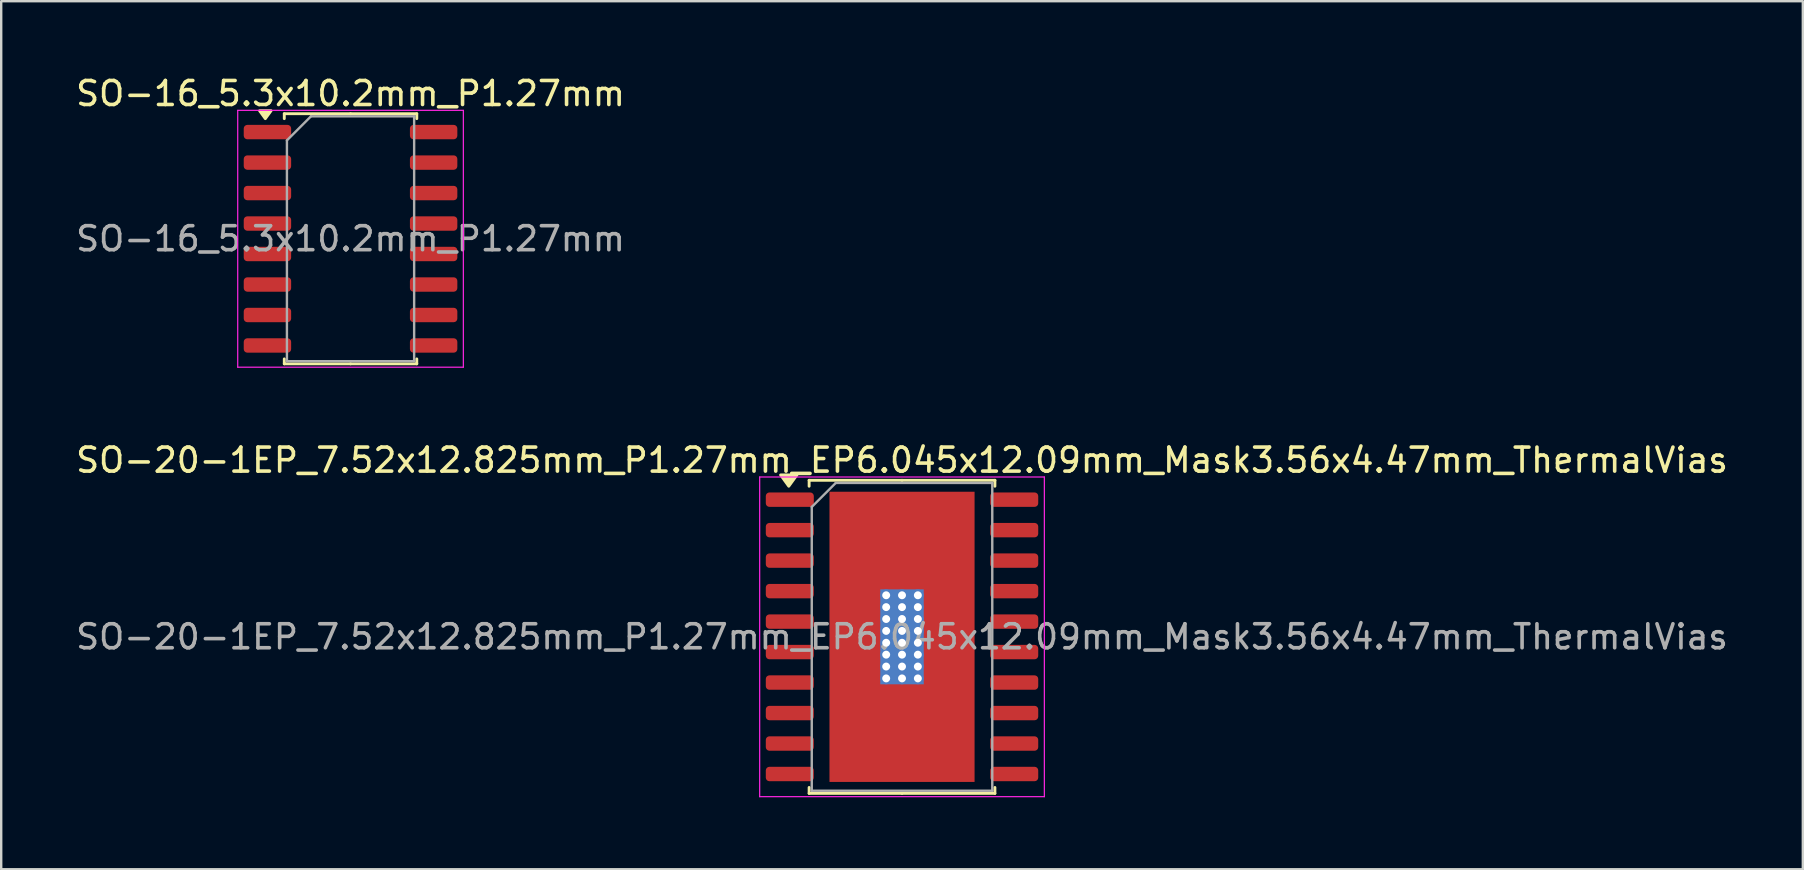
<source format=kicad_pcb>
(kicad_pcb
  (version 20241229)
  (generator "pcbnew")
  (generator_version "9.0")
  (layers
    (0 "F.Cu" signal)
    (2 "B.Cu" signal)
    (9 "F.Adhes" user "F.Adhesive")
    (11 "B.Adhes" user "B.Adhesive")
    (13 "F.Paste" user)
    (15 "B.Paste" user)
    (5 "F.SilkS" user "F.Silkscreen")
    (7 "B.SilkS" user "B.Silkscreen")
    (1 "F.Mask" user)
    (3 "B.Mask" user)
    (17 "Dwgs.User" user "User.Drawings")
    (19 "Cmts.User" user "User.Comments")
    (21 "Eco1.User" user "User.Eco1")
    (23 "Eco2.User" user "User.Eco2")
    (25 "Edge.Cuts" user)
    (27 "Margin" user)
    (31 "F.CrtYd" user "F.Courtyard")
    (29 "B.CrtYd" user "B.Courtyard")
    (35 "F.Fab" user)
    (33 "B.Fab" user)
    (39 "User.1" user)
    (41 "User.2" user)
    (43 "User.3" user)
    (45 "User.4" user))
  (footprint "SO-16_5.3x10.2mm_P1.27mm"
    (layer "F.Cu")
    (at 11.554 6.898)
    (property "Reference" "SO-16_5.3x10.2mm_P1.27mm" (at 0 -6.05 0) (layer "F.SilkS") (effects (font (size 1 1) (thickness 0.15))))
    (attr smd)
    (fp_line (start -2.76 -5.21) (end -2.76 -5.005) (stroke (width 0.12) (type solid)) (layer "F.SilkS"))
    (fp_line (start -2.76 5.21) (end -2.76 5.005) (stroke (width 0.12) (type solid)) (layer "F.SilkS"))
    (fp_line (start 0 -5.21) (end -2.76 -5.21) (stroke (width 0.12) (type solid)) (layer "F.SilkS"))
    (fp_line (start 0 -5.21) (end 2.76 -5.21) (stroke (width 0.12) (type solid)) (layer "F.SilkS"))
    (fp_line (start 0 5.21) (end -2.76 5.21) (stroke (width 0.12) (type solid)) (layer "F.SilkS"))
    (fp_line (start 0 5.21) (end 2.76 5.21) (stroke (width 0.12) (type solid)) (layer "F.SilkS"))
    (fp_line (start 2.76 -5.21) (end 2.76 -5.005) (stroke (width 0.12) (type solid)) (layer "F.SilkS"))
    (fp_line (start 2.76 5.21) (end 2.76 5.005) (stroke (width 0.12) (type solid)) (layer "F.SilkS"))
    (fp_poly (pts (xy -3.55 -5.005) (xy -3.79 -5.335) (xy -3.31 -5.335) (xy -3.55 -5.005)) (stroke (width 0.12) (type solid)) (fill yes) (layer "F.SilkS"))
    (fp_line (start -4.7 -5.35) (end -4.7 5.35) (stroke (width 0.05) (type solid)) (layer "F.CrtYd"))
    (fp_line (start -4.7 5.35) (end 4.7 5.35) (stroke (width 0.05) (type solid)) (layer "F.CrtYd"))
    (fp_line (start 4.7 -5.35) (end -4.7 -5.35) (stroke (width 0.05) (type solid)) (layer "F.CrtYd"))
    (fp_line (start 4.7 5.35) (end 4.7 -5.35) (stroke (width 0.05) (type solid)) (layer "F.CrtYd"))
    (fp_line (start -2.65 -4.1) (end -1.65 -5.1) (stroke (width 0.1) (type solid)) (layer "F.Fab"))
    (fp_line (start -2.65 5.1) (end -2.65 -4.1) (stroke (width 0.1) (type solid)) (layer "F.Fab"))
    (fp_line (start -1.65 -5.1) (end 2.65 -5.1) (stroke (width 0.1) (type solid)) (layer "F.Fab"))
    (fp_line (start 2.65 -5.1) (end 2.65 5.1) (stroke (width 0.1) (type solid)) (layer "F.Fab"))
    (fp_line (start 2.65 5.1) (end -2.65 5.1) (stroke (width 0.1) (type solid)) (layer "F.Fab"))
    (fp_text user "${REFERENCE}" (at 0 0 0) (layer "F.Fab") (effects (font (size 1 1) (thickness 0.15))))
    (pad "1" smd roundrect (at -3.462 -4.445) (size 1.975 0.6) (layers "F.Cu" "F.Mask" "F.Paste") (roundrect_rratio 0.25))
    (pad "2" smd roundrect (at -3.462 -3.175) (size 1.975 0.6) (layers "F.Cu" "F.Mask" "F.Paste") (roundrect_rratio 0.25))
    (pad "3" smd roundrect (at -3.462 -1.905) (size 1.975 0.6) (layers "F.Cu" "F.Mask" "F.Paste") (roundrect_rratio 0.25))
    (pad "4" smd roundrect (at -3.462 -0.635) (size 1.975 0.6) (layers "F.Cu" "F.Mask" "F.Paste") (roundrect_rratio 0.25))
    (pad "5" smd roundrect (at -3.462 0.635) (size 1.975 0.6) (layers "F.Cu" "F.Mask" "F.Paste") (roundrect_rratio 0.25))
    (pad "6" smd roundrect (at -3.462 1.905) (size 1.975 0.6) (layers "F.Cu" "F.Mask" "F.Paste") (roundrect_rratio 0.25))
    (pad "7" smd roundrect (at -3.462 3.175) (size 1.975 0.6) (layers "F.Cu" "F.Mask" "F.Paste") (roundrect_rratio 0.25))
    (pad "8" smd roundrect (at -3.462 4.445) (size 1.975 0.6) (layers "F.Cu" "F.Mask" "F.Paste") (roundrect_rratio 0.25))
    (pad "9" smd roundrect (at 3.462 4.445) (size 1.975 0.6) (layers "F.Cu" "F.Mask" "F.Paste") (roundrect_rratio 0.25))
    (pad "10" smd roundrect (at 3.462 3.175) (size 1.975 0.6) (layers "F.Cu" "F.Mask" "F.Paste") (roundrect_rratio 0.25))
    (pad "11" smd roundrect (at 3.462 1.905) (size 1.975 0.6) (layers "F.Cu" "F.Mask" "F.Paste") (roundrect_rratio 0.25))
    (pad "12" smd roundrect (at 3.462 0.635) (size 1.975 0.6) (layers "F.Cu" "F.Mask" "F.Paste") (roundrect_rratio 0.25))
    (pad "13" smd roundrect (at 3.462 -0.635) (size 1.975 0.6) (layers "F.Cu" "F.Mask" "F.Paste") (roundrect_rratio 0.25))
    (pad "14" smd roundrect (at 3.462 -1.905) (size 1.975 0.6) (layers "F.Cu" "F.Mask" "F.Paste") (roundrect_rratio 0.25))
    (pad "15" smd roundrect (at 3.462 -3.175) (size 1.975 0.6) (layers "F.Cu" "F.Mask" "F.Paste") (roundrect_rratio 0.25))
    (pad "16" smd roundrect (at 3.462 -4.445) (size 1.975 0.6) (layers "F.Cu" "F.Mask" "F.Paste") (roundrect_rratio 0.25)))
  (footprint "SO-20-1EP_7.52x12.825mm_P1.27mm_EP6.045x12.09mm_Mask3.56x4.47mm_ThermalVias"
    (layer "F.Cu")
    (at 34.53 23.482)
    (property "Reference" "SO-20-1EP_7.52x12.825mm_P1.27mm_EP6.045x12.09mm_Mask3.56x4.47mm_ThermalVias" (at 0 -7.36 0) (layer "F.SilkS") (effects (font (size 1 1) (thickness 0.15))))
    (attr smd)
    (fp_line (start -3.87 -6.522) (end -3.87 -6.275) (stroke (width 0.12) (type solid)) (layer "F.SilkS"))
    (fp_line (start -3.87 6.522) (end -3.87 6.275) (stroke (width 0.12) (type solid)) (layer "F.SilkS"))
    (fp_line (start 0 -6.522) (end -3.87 -6.522) (stroke (width 0.12) (type solid)) (layer "F.SilkS"))
    (fp_line (start 0 -6.522) (end 3.87 -6.522) (stroke (width 0.12) (type solid)) (layer "F.SilkS"))
    (fp_line (start 0 6.522) (end -3.87 6.522) (stroke (width 0.12) (type solid)) (layer "F.SilkS"))
    (fp_line (start 0 6.522) (end 3.87 6.522) (stroke (width 0.12) (type solid)) (layer "F.SilkS"))
    (fp_line (start 3.87 -6.522) (end 3.87 -6.275) (stroke (width 0.12) (type solid)) (layer "F.SilkS"))
    (fp_line (start 3.87 6.522) (end 3.87 6.275) (stroke (width 0.12) (type solid)) (layer "F.SilkS"))
    (fp_poly (pts (xy -4.718 -6.275) (xy -5.058 -6.745) (xy -4.378 -6.745) (xy -4.718 -6.275)) (stroke (width 0.12) (type solid)) (fill yes) (layer "F.SilkS"))
    (fp_line (start -5.93 -6.66) (end -5.93 6.66) (stroke (width 0.05) (type solid)) (layer "F.CrtYd"))
    (fp_line (start -5.93 6.66) (end 5.93 6.66) (stroke (width 0.05) (type solid)) (layer "F.CrtYd"))
    (fp_line (start 5.93 -6.66) (end -5.93 -6.66) (stroke (width 0.05) (type solid)) (layer "F.CrtYd"))
    (fp_line (start 5.93 6.66) (end 5.93 -6.66) (stroke (width 0.05) (type solid)) (layer "F.CrtYd"))
    (fp_line (start -3.76 -5.412) (end -2.76 -6.412) (stroke (width 0.1) (type solid)) (layer "F.Fab"))
    (fp_line (start -3.76 6.412) (end -3.76 -5.412) (stroke (width 0.1) (type solid)) (layer "F.Fab"))
    (fp_line (start -2.76 -6.412) (end 3.76 -6.412) (stroke (width 0.1) (type solid)) (layer "F.Fab"))
    (fp_line (start 3.76 -6.412) (end 3.76 6.412) (stroke (width 0.1) (type solid)) (layer "F.Fab"))
    (fp_line (start 3.76 6.412) (end -3.76 6.412) (stroke (width 0.1) (type solid)) (layer "F.Fab"))
    (fp_text user "${REFERENCE}" (at 0 0 0) (layer "F.Fab") (effects (font (size 1 1) (thickness 0.15))))
    (pad "" smd roundrect (at -0.89 -1.115) (size 1.54 1.94) (layers "F.Paste") (roundrect_rratio 0.162))
    (pad "" smd roundrect (at -0.89 1.115) (size 1.54 1.94) (layers "F.Paste") (roundrect_rratio 0.162))
    (pad "" smd rect (at 0 0) (size 3.56 4.47) (layers "F.Mask"))
    (pad "" smd roundrect (at 0.89 -1.115) (size 1.54 1.94) (layers "F.Paste") (roundrect_rratio 0.162))
    (pad "" smd roundrect (at 0.89 1.115) (size 1.54 1.94) (layers "F.Paste") (roundrect_rratio 0.162))
    (pad "1" smd roundrect (at -4.675 -5.715) (size 2 0.6) (layers "F.Cu" "F.Mask" "F.Paste") (roundrect_rratio 0.25))
    (pad "2" smd roundrect (at -4.675 -4.445) (size 2 0.6) (layers "F.Cu" "F.Mask" "F.Paste") (roundrect_rratio 0.25))
    (pad "3" smd roundrect (at -4.675 -3.175) (size 2 0.6) (layers "F.Cu" "F.Mask" "F.Paste") (roundrect_rratio 0.25))
    (pad "4" smd roundrect (at -4.675 -1.905) (size 2 0.6) (layers "F.Cu" "F.Mask" "F.Paste") (roundrect_rratio 0.25))
    (pad "5" smd roundrect (at -4.675 -0.635) (size 2 0.6) (layers "F.Cu" "F.Mask" "F.Paste") (roundrect_rratio 0.25))
    (pad "6" smd roundrect (at -4.675 0.635) (size 2 0.6) (layers "F.Cu" "F.Mask" "F.Paste") (roundrect_rratio 0.25))
    (pad "7" smd roundrect (at -4.675 1.905) (size 2 0.6) (layers "F.Cu" "F.Mask" "F.Paste") (roundrect_rratio 0.25))
    (pad "8" smd roundrect (at -4.675 3.175) (size 2 0.6) (layers "F.Cu" "F.Mask" "F.Paste") (roundrect_rratio 0.25))
    (pad "9" smd roundrect (at -4.675 4.445) (size 2 0.6) (layers "F.Cu" "F.Mask" "F.Paste") (roundrect_rratio 0.25))
    (pad "10" smd roundrect (at -4.675 5.715) (size 2 0.6) (layers "F.Cu" "F.Mask" "F.Paste") (roundrect_rratio 0.25))
    (pad "11" smd roundrect (at 4.675 5.715) (size 2 0.6) (layers "F.Cu" "F.Mask" "F.Paste") (roundrect_rratio 0.25))
    (pad "12" smd roundrect (at 4.675 4.445) (size 2 0.6) (layers "F.Cu" "F.Mask" "F.Paste") (roundrect_rratio 0.25))
    (pad "13" smd roundrect (at 4.675 3.175) (size 2 0.6) (layers "F.Cu" "F.Mask" "F.Paste") (roundrect_rratio 0.25))
    (pad "14" smd roundrect (at 4.675 1.905) (size 2 0.6) (layers "F.Cu" "F.Mask" "F.Paste") (roundrect_rratio 0.25))
    (pad "15" smd roundrect (at 4.675 0.635) (size 2 0.6) (layers "F.Cu" "F.Mask" "F.Paste") (roundrect_rratio 0.25))
    (pad "16" smd roundrect (at 4.675 -0.635) (size 2 0.6) (layers "F.Cu" "F.Mask" "F.Paste") (roundrect_rratio 0.25))
    (pad "17" smd roundrect (at 4.675 -1.905) (size 2 0.6) (layers "F.Cu" "F.Mask" "F.Paste") (roundrect_rratio 0.25))
    (pad "18" smd roundrect (at 4.675 -3.175) (size 2 0.6) (layers "F.Cu" "F.Mask" "F.Paste") (roundrect_rratio 0.25))
    (pad "19" smd roundrect (at 4.675 -4.445) (size 2 0.6) (layers "F.Cu" "F.Mask" "F.Paste") (roundrect_rratio 0.25))
    (pad "20" smd roundrect (at 4.675 -5.715) (size 2 0.6) (layers "F.Cu" "F.Mask" "F.Paste") (roundrect_rratio 0.25))
    (pad "21" thru_hole circle (at -0.66 -1.732) (size 0.49 0.49) (drill 0.33) (property pad_prop_heatsink) (layers "*.Cu"))
    (pad "21" thru_hole circle (at -0.66 -1.238) (size 0.49 0.49) (drill 0.33) (property pad_prop_heatsink) (layers "*.Cu"))
    (pad "21" thru_hole circle (at -0.66 -0.743) (size 0.49 0.49) (drill 0.33) (property pad_prop_heatsink) (layers "*.Cu"))
    (pad "21" thru_hole circle (at -0.66 -0.247) (size 0.49 0.49) (drill 0.33) (property pad_prop_heatsink) (layers "*.Cu"))
    (pad "21" thru_hole circle (at -0.66 0.247) (size 0.49 0.49) (drill 0.33) (property pad_prop_heatsink) (layers "*.Cu"))
    (pad "21" thru_hole circle (at -0.66 0.743) (size 0.49 0.49) (drill 0.33) (property pad_prop_heatsink) (layers "*.Cu"))
    (pad "21" thru_hole circle (at -0.66 1.238) (size 0.49 0.49) (drill 0.33) (property pad_prop_heatsink) (layers "*.Cu"))
    (pad "21" thru_hole circle (at -0.66 1.732) (size 0.49 0.49) (drill 0.33) (property pad_prop_heatsink) (layers "*.Cu"))
    (pad "21" thru_hole circle (at 0 -1.732) (size 0.49 0.49) (drill 0.33) (property pad_prop_heatsink) (layers "*.Cu"))
    (pad "21" thru_hole circle (at 0 -1.238) (size 0.49 0.49) (drill 0.33) (property pad_prop_heatsink) (layers "*.Cu"))
    (pad "21" thru_hole circle (at 0 -0.743) (size 0.49 0.49) (drill 0.33) (property pad_prop_heatsink) (layers "*.Cu"))
    (pad "21" thru_hole circle (at 0 -0.247) (size 0.49 0.49) (drill 0.33) (property pad_prop_heatsink) (layers "*.Cu"))
    (pad "21" smd rect (at 0 0) (size 1.81 3.955) (property pad_prop_heatsink) (layers "B.Cu"))
    (pad "21" smd rect (at 0 0) (size 6.045 12.09) (property pad_prop_heatsink) (layers "F.Cu"))
    (pad "21" thru_hole circle (at 0 0.247) (size 0.49 0.49) (drill 0.33) (property pad_prop_heatsink) (layers "*.Cu"))
    (pad "21" thru_hole circle (at 0 0.743) (size 0.49 0.49) (drill 0.33) (property pad_prop_heatsink) (layers "*.Cu"))
    (pad "21" thru_hole circle (at 0 1.238) (size 0.49 0.49) (drill 0.33) (property pad_prop_heatsink) (layers "*.Cu"))
    (pad "21" thru_hole circle (at 0 1.732) (size 0.49 0.49) (drill 0.33) (property pad_prop_heatsink) (layers "*.Cu"))
    (pad "21" thru_hole circle (at 0.66 -1.732) (size 0.49 0.49) (drill 0.33) (property pad_prop_heatsink) (layers "*.Cu"))
    (pad "21" thru_hole circle (at 0.66 -1.238) (size 0.49 0.49) (drill 0.33) (property pad_prop_heatsink) (layers "*.Cu"))
    (pad "21" thru_hole circle (at 0.66 -0.743) (size 0.49 0.49) (drill 0.33) (property pad_prop_heatsink) (layers "*.Cu"))
    (pad "21" thru_hole circle (at 0.66 -0.247) (size 0.49 0.49) (drill 0.33) (property pad_prop_heatsink) (layers "*.Cu"))
    (pad "21" thru_hole circle (at 0.66 0.247) (size 0.49 0.49) (drill 0.33) (property pad_prop_heatsink) (layers "*.Cu"))
    (pad "21" thru_hole circle (at 0.66 0.743) (size 0.49 0.49) (drill 0.33) (property pad_prop_heatsink) (layers "*.Cu"))
    (pad "21" thru_hole circle (at 0.66 1.238) (size 0.49 0.49) (drill 0.33) (property pad_prop_heatsink) (layers "*.Cu"))
    (pad "21" thru_hole circle (at 0.66 1.732) (size 0.49 0.49) (drill 0.33) (property pad_prop_heatsink) (layers "*.Cu")))
  (gr_rect
    (start -3 -3)
    (end 72.06 33.166)
    (stroke (width 0.1) (type default))
    (fill no)
    (layer "Edge.Cuts")))
</source>
